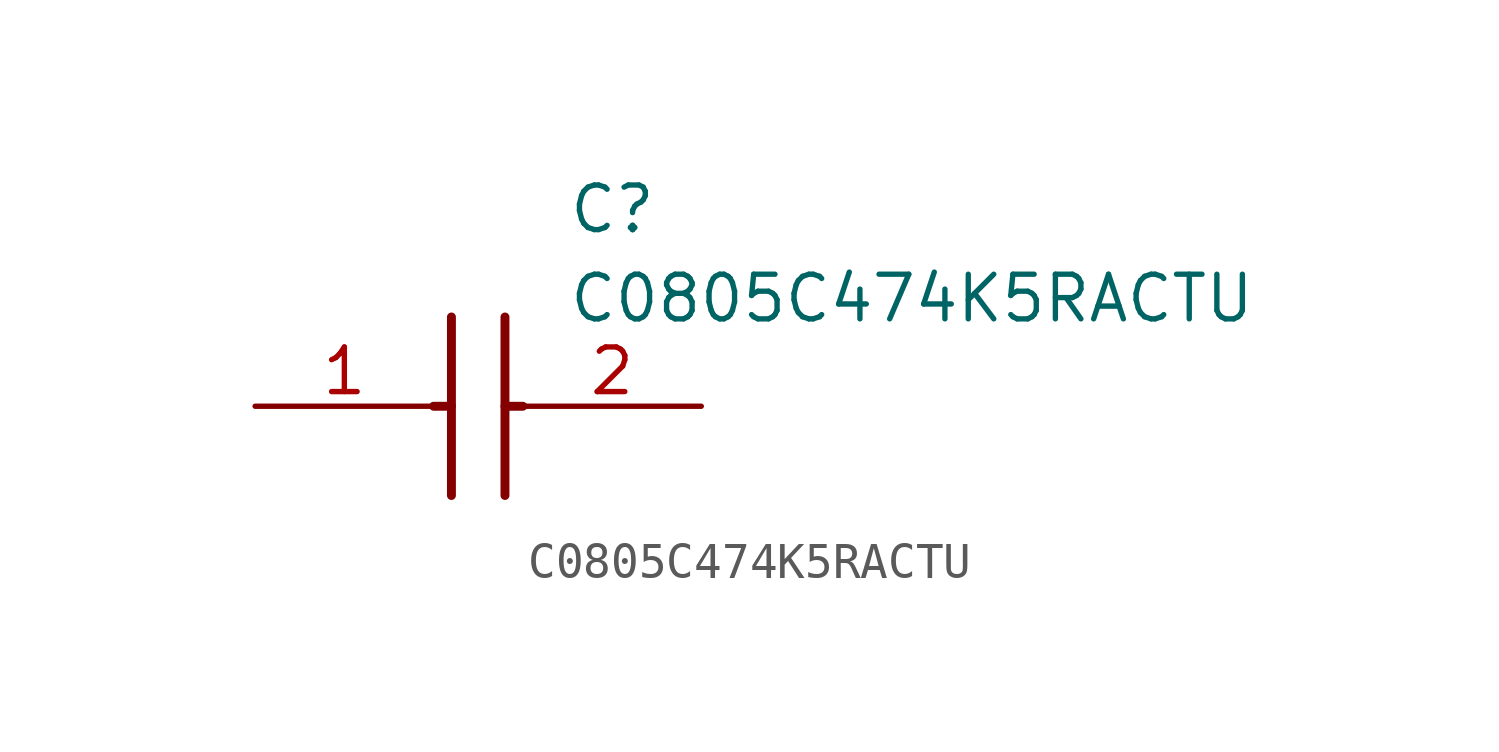
<source format=kicad_sym>
(kicad_symbol_lib
  (version 20211014)
  (generator SamacSys_ECAD_Model)
  (symbol "C0805C474K5RACTU"
    (pin_names hide)
    (property "Reference" "C"
      (at 8.89 6.35 0)
      (effects (font (size 1.27 1.27)) (justify left top)))
    (property "Value" "C0805C474K5RACTU"
      (at 8.89 3.81 0)
      (effects (font (size 1.27 1.27)) (justify left top)))
    (polyline
      (pts (xy 5.588 2.54) (xy 5.588 -2.54))
      (stroke (width 0.254) (type default))
      (fill (type none)))
    (polyline
      (pts (xy 7.112 2.54) (xy 7.112 -2.54))
      (stroke (width 0.254) (type default))
      (fill (type none)))
    (polyline
      (pts (xy 5.08 0) (xy 5.588 0))
      (stroke (width 0.254) (type default))
      (fill (type none)))
    (polyline
      (pts (xy 7.112 0) (xy 7.62 0))
      (stroke (width 0.254) (type default))
      (fill (type none)))
    (pin passive line
      (at 0 0 0)
      (length 5.08)
      (name "1" (effects (font (size 1.27 1.27))))
      (number "1" (effects (font (size 1.27 1.27)))))
    (pin passive line
      (at 12.7 0 180)
      (length 5.08)
      (name "2" (effects (font (size 1.27 1.27))))
      (number "2" (effects (font (size 1.27 1.27)))))))
</source>
